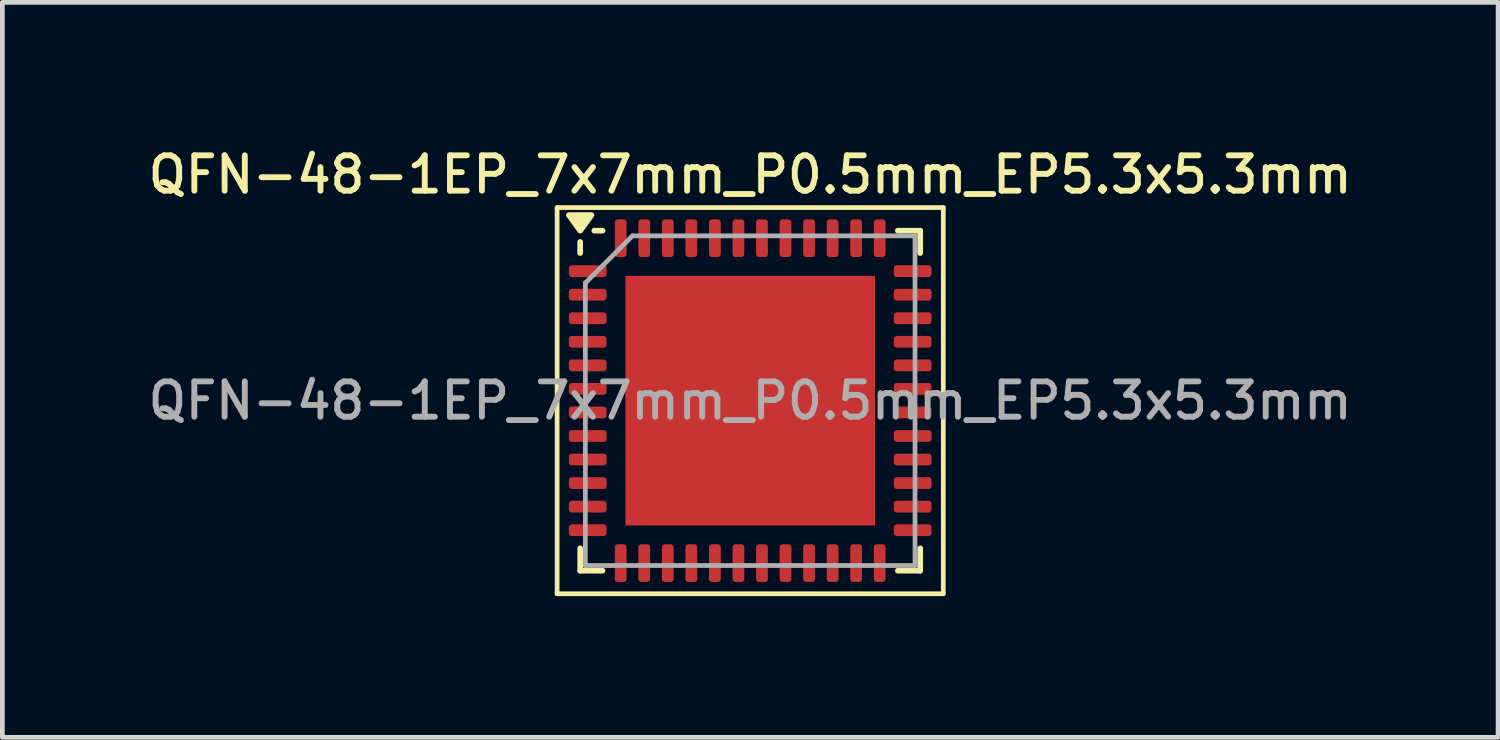
<source format=kicad_pcb>
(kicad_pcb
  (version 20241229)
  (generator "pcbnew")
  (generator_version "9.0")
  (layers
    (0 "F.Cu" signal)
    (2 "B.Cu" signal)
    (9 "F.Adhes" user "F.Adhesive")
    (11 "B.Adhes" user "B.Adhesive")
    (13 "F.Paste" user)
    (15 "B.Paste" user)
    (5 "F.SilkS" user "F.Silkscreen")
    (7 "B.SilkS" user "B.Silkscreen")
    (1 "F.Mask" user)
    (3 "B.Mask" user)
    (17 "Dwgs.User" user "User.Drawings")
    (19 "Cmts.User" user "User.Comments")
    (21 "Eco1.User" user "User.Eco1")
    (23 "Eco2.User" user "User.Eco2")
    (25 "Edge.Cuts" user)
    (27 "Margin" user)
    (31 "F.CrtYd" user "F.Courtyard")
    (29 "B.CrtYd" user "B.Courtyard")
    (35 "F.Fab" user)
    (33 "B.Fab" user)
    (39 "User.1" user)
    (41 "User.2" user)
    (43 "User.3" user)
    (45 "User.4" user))
  (footprint "QFN-48-1EP_7x7mm_P0.5mm_EP5.3x5.3mm"
    (layer "F.Cu")
    (at 12.88 5.458)
    (property "Reference" "QFN-48-1EP_7x7mm_P0.5mm_EP5.3x5.3mm" (at 0 -4.8 0) (layer "F.SilkS") (effects (font (size 0.75 0.75) (thickness 0.125))))
    (attr smd)
    (fp_line (start -4.1 -4.1) (end -4.1 4.1) (stroke (width 0.1) (type solid)) (layer "F.SilkS"))
    (fp_line (start -4.1 4.1) (end 4.1 4.1) (stroke (width 0.1) (type solid)) (layer "F.SilkS"))
    (fp_line (start -3.61 -3.135) (end -3.61 -3.37) (stroke (width 0.12) (type solid)) (layer "F.SilkS"))
    (fp_line (start -3.61 3.61) (end -3.61 3.135) (stroke (width 0.12) (type solid)) (layer "F.SilkS"))
    (fp_line (start -3.135 -3.61) (end -3.31 -3.61) (stroke (width 0.12) (type solid)) (layer "F.SilkS"))
    (fp_line (start -3.135 3.61) (end -3.61 3.61) (stroke (width 0.12) (type solid)) (layer "F.SilkS"))
    (fp_line (start 3.135 -3.61) (end 3.61 -3.61) (stroke (width 0.12) (type solid)) (layer "F.SilkS"))
    (fp_line (start 3.135 3.61) (end 3.61 3.61) (stroke (width 0.12) (type solid)) (layer "F.SilkS"))
    (fp_line (start 3.61 -3.61) (end 3.61 -3.135) (stroke (width 0.12) (type solid)) (layer "F.SilkS"))
    (fp_line (start 3.61 3.61) (end 3.61 3.135) (stroke (width 0.12) (type solid)) (layer "F.SilkS"))
    (fp_line (start 4.1 -4.1) (end -4.1 -4.1) (stroke (width 0.1) (type solid)) (layer "F.SilkS"))
    (fp_line (start 4.1 4.1) (end 4.1 -4.1) (stroke (width 0.1) (type solid)) (layer "F.SilkS"))
    (fp_poly (pts (xy -3.61 -3.61) (xy -3.85 -3.94) (xy -3.37 -3.94) (xy -3.61 -3.61)) (stroke (width 0.12) (type solid)) (fill yes) (layer "F.SilkS"))
    (fp_line (start -3.5 -2.5) (end -2.5 -3.5) (stroke (width 0.1) (type solid)) (layer "F.Fab"))
    (fp_line (start -3.5 3.5) (end -3.5 -2.5) (stroke (width 0.1) (type solid)) (layer "F.Fab"))
    (fp_line (start -2.5 -3.5) (end 3.5 -3.5) (stroke (width 0.1) (type solid)) (layer "F.Fab"))
    (fp_line (start 3.5 -3.5) (end 3.5 3.5) (stroke (width 0.1) (type solid)) (layer "F.Fab"))
    (fp_line (start 3.5 3.5) (end -3.5 3.5) (stroke (width 0.1) (type solid)) (layer "F.Fab"))
    (fp_text user "${REFERENCE}" (at 0 0 0) (layer "F.Fab") (effects (font (size 0.75 0.75) (thickness 0.125))))
    (pad "" smd roundrect (at -1.98 -1.98) (size 1.07 1.07) (layers "F.Paste") (roundrect_rratio 0.234))
    (pad "" smd roundrect (at -1.98 -0.66) (size 1.07 1.07) (layers "F.Paste") (roundrect_rratio 0.234))
    (pad "" smd roundrect (at -1.98 0.66) (size 1.07 1.07) (layers "F.Paste") (roundrect_rratio 0.234))
    (pad "" smd roundrect (at -1.98 1.98) (size 1.07 1.07) (layers "F.Paste") (roundrect_rratio 0.234))
    (pad "" smd roundrect (at -0.66 -1.98) (size 1.07 1.07) (layers "F.Paste") (roundrect_rratio 0.234))
    (pad "" smd roundrect (at -0.66 -0.66) (size 1.07 1.07) (layers "F.Paste") (roundrect_rratio 0.234))
    (pad "" smd roundrect (at -0.66 0.66) (size 1.07 1.07) (layers "F.Paste") (roundrect_rratio 0.234))
    (pad "" smd roundrect (at -0.66 1.98) (size 1.07 1.07) (layers "F.Paste") (roundrect_rratio 0.234))
    (pad "" smd roundrect (at 0.66 -1.98) (size 1.07 1.07) (layers "F.Paste") (roundrect_rratio 0.234))
    (pad "" smd roundrect (at 0.66 -0.66) (size 1.07 1.07) (layers "F.Paste") (roundrect_rratio 0.234))
    (pad "" smd roundrect (at 0.66 0.66) (size 1.07 1.07) (layers "F.Paste") (roundrect_rratio 0.234))
    (pad "" smd roundrect (at 0.66 1.98) (size 1.07 1.07) (layers "F.Paste") (roundrect_rratio 0.234))
    (pad "" smd roundrect (at 1.98 -1.98) (size 1.07 1.07) (layers "F.Paste") (roundrect_rratio 0.234))
    (pad "" smd roundrect (at 1.98 -0.66) (size 1.07 1.07) (layers "F.Paste") (roundrect_rratio 0.234))
    (pad "" smd roundrect (at 1.98 0.66) (size 1.07 1.07) (layers "F.Paste") (roundrect_rratio 0.234))
    (pad "" smd roundrect (at 1.98 1.98) (size 1.07 1.07) (layers "F.Paste") (roundrect_rratio 0.234))
    (pad "1" smd roundrect (at -3.45 -2.75) (size 0.8 0.25) (layers "F.Cu" "F.Mask" "F.Paste") (roundrect_rratio 0.25))
    (pad "2" smd roundrect (at -3.45 -2.25) (size 0.8 0.25) (layers "F.Cu" "F.Mask" "F.Paste") (roundrect_rratio 0.25))
    (pad "3" smd roundrect (at -3.45 -1.75) (size 0.8 0.25) (layers "F.Cu" "F.Mask" "F.Paste") (roundrect_rratio 0.25))
    (pad "4" smd roundrect (at -3.45 -1.25) (size 0.8 0.25) (layers "F.Cu" "F.Mask" "F.Paste") (roundrect_rratio 0.25))
    (pad "5" smd roundrect (at -3.45 -0.75) (size 0.8 0.25) (layers "F.Cu" "F.Mask" "F.Paste") (roundrect_rratio 0.25))
    (pad "6" smd roundrect (at -3.45 -0.25) (size 0.8 0.25) (layers "F.Cu" "F.Mask" "F.Paste") (roundrect_rratio 0.25))
    (pad "7" smd roundrect (at -3.45 0.25) (size 0.8 0.25) (layers "F.Cu" "F.Mask" "F.Paste") (roundrect_rratio 0.25))
    (pad "8" smd roundrect (at -3.45 0.75) (size 0.8 0.25) (layers "F.Cu" "F.Mask" "F.Paste") (roundrect_rratio 0.25))
    (pad "9" smd roundrect (at -3.45 1.25) (size 0.8 0.25) (layers "F.Cu" "F.Mask" "F.Paste") (roundrect_rratio 0.25))
    (pad "10" smd roundrect (at -3.45 1.75) (size 0.8 0.25) (layers "F.Cu" "F.Mask" "F.Paste") (roundrect_rratio 0.25))
    (pad "11" smd roundrect (at -3.45 2.25) (size 0.8 0.25) (layers "F.Cu" "F.Mask" "F.Paste") (roundrect_rratio 0.25))
    (pad "12" smd roundrect (at -3.45 2.75) (size 0.8 0.25) (layers "F.Cu" "F.Mask" "F.Paste") (roundrect_rratio 0.25))
    (pad "13" smd roundrect (at -2.75 3.45) (size 0.25 0.8) (layers "F.Cu" "F.Mask" "F.Paste") (roundrect_rratio 0.25))
    (pad "14" smd roundrect (at -2.25 3.45) (size 0.25 0.8) (layers "F.Cu" "F.Mask" "F.Paste") (roundrect_rratio 0.25))
    (pad "15" smd roundrect (at -1.75 3.45) (size 0.25 0.8) (layers "F.Cu" "F.Mask" "F.Paste") (roundrect_rratio 0.25))
    (pad "16" smd roundrect (at -1.25 3.45) (size 0.25 0.8) (layers "F.Cu" "F.Mask" "F.Paste") (roundrect_rratio 0.25))
    (pad "17" smd roundrect (at -0.75 3.45) (size 0.25 0.8) (layers "F.Cu" "F.Mask" "F.Paste") (roundrect_rratio 0.25))
    (pad "18" smd roundrect (at -0.25 3.45) (size 0.25 0.8) (layers "F.Cu" "F.Mask" "F.Paste") (roundrect_rratio 0.25))
    (pad "19" smd roundrect (at 0.25 3.45) (size 0.25 0.8) (layers "F.Cu" "F.Mask" "F.Paste") (roundrect_rratio 0.25))
    (pad "20" smd roundrect (at 0.75 3.45) (size 0.25 0.8) (layers "F.Cu" "F.Mask" "F.Paste") (roundrect_rratio 0.25))
    (pad "21" smd roundrect (at 1.25 3.45) (size 0.25 0.8) (layers "F.Cu" "F.Mask" "F.Paste") (roundrect_rratio 0.25))
    (pad "22" smd roundrect (at 1.75 3.45) (size 0.25 0.8) (layers "F.Cu" "F.Mask" "F.Paste") (roundrect_rratio 0.25))
    (pad "23" smd roundrect (at 2.25 3.45) (size 0.25 0.8) (layers "F.Cu" "F.Mask" "F.Paste") (roundrect_rratio 0.25))
    (pad "24" smd roundrect (at 2.75 3.45) (size 0.25 0.8) (layers "F.Cu" "F.Mask" "F.Paste") (roundrect_rratio 0.25))
    (pad "25" smd roundrect (at 3.45 2.75) (size 0.8 0.25) (layers "F.Cu" "F.Mask" "F.Paste") (roundrect_rratio 0.25))
    (pad "26" smd roundrect (at 3.45 2.25) (size 0.8 0.25) (layers "F.Cu" "F.Mask" "F.Paste") (roundrect_rratio 0.25))
    (pad "27" smd roundrect (at 3.45 1.75) (size 0.8 0.25) (layers "F.Cu" "F.Mask" "F.Paste") (roundrect_rratio 0.25))
    (pad "28" smd roundrect (at 3.45 1.25) (size 0.8 0.25) (layers "F.Cu" "F.Mask" "F.Paste") (roundrect_rratio 0.25))
    (pad "29" smd roundrect (at 3.45 0.75) (size 0.8 0.25) (layers "F.Cu" "F.Mask" "F.Paste") (roundrect_rratio 0.25))
    (pad "30" smd roundrect (at 3.45 0.25) (size 0.8 0.25) (layers "F.Cu" "F.Mask" "F.Paste") (roundrect_rratio 0.25))
    (pad "31" smd roundrect (at 3.45 -0.25) (size 0.8 0.25) (layers "F.Cu" "F.Mask" "F.Paste") (roundrect_rratio 0.25))
    (pad "32" smd roundrect (at 3.45 -0.75) (size 0.8 0.25) (layers "F.Cu" "F.Mask" "F.Paste") (roundrect_rratio 0.25))
    (pad "33" smd roundrect (at 3.45 -1.25) (size 0.8 0.25) (layers "F.Cu" "F.Mask" "F.Paste") (roundrect_rratio 0.25))
    (pad "34" smd roundrect (at 3.45 -1.75) (size 0.8 0.25) (layers "F.Cu" "F.Mask" "F.Paste") (roundrect_rratio 0.25))
    (pad "35" smd roundrect (at 3.45 -2.25) (size 0.8 0.25) (layers "F.Cu" "F.Mask" "F.Paste") (roundrect_rratio 0.25))
    (pad "36" smd roundrect (at 3.45 -2.75) (size 0.8 0.25) (layers "F.Cu" "F.Mask" "F.Paste") (roundrect_rratio 0.25))
    (pad "37" smd roundrect (at 2.75 -3.45) (size 0.25 0.8) (layers "F.Cu" "F.Mask" "F.Paste") (roundrect_rratio 0.25))
    (pad "38" smd roundrect (at 2.25 -3.45) (size 0.25 0.8) (layers "F.Cu" "F.Mask" "F.Paste") (roundrect_rratio 0.25))
    (pad "39" smd roundrect (at 1.75 -3.45) (size 0.25 0.8) (layers "F.Cu" "F.Mask" "F.Paste") (roundrect_rratio 0.25))
    (pad "40" smd roundrect (at 1.25 -3.45) (size 0.25 0.8) (layers "F.Cu" "F.Mask" "F.Paste") (roundrect_rratio 0.25))
    (pad "41" smd roundrect (at 0.75 -3.45) (size 0.25 0.8) (layers "F.Cu" "F.Mask" "F.Paste") (roundrect_rratio 0.25))
    (pad "42" smd roundrect (at 0.25 -3.45) (size 0.25 0.8) (layers "F.Cu" "F.Mask" "F.Paste") (roundrect_rratio 0.25))
    (pad "43" smd roundrect (at -0.25 -3.45) (size 0.25 0.8) (layers "F.Cu" "F.Mask" "F.Paste") (roundrect_rratio 0.25))
    (pad "44" smd roundrect (at -0.75 -3.45) (size 0.25 0.8) (layers "F.Cu" "F.Mask" "F.Paste") (roundrect_rratio 0.25))
    (pad "45" smd roundrect (at -1.25 -3.45) (size 0.25 0.8) (layers "F.Cu" "F.Mask" "F.Paste") (roundrect_rratio 0.25))
    (pad "46" smd roundrect (at -1.75 -3.45) (size 0.25 0.8) (layers "F.Cu" "F.Mask" "F.Paste") (roundrect_rratio 0.25))
    (pad "47" smd roundrect (at -2.25 -3.45) (size 0.25 0.8) (layers "F.Cu" "F.Mask" "F.Paste") (roundrect_rratio 0.25))
    (pad "48" smd roundrect (at -2.75 -3.45) (size 0.25 0.8) (layers "F.Cu" "F.Mask" "F.Paste") (roundrect_rratio 0.25))
    (pad "49" smd rect (at 0 0) (size 5.3 5.3) (property pad_prop_heatsink) (layers "F.Cu" "F.Mask")))
  (gr_rect
    (start -3 -3)
    (end 28.761 12.608)
    (stroke (width 0.1) (type default))
    (fill no)
    (layer "Edge.Cuts")))
</source>
